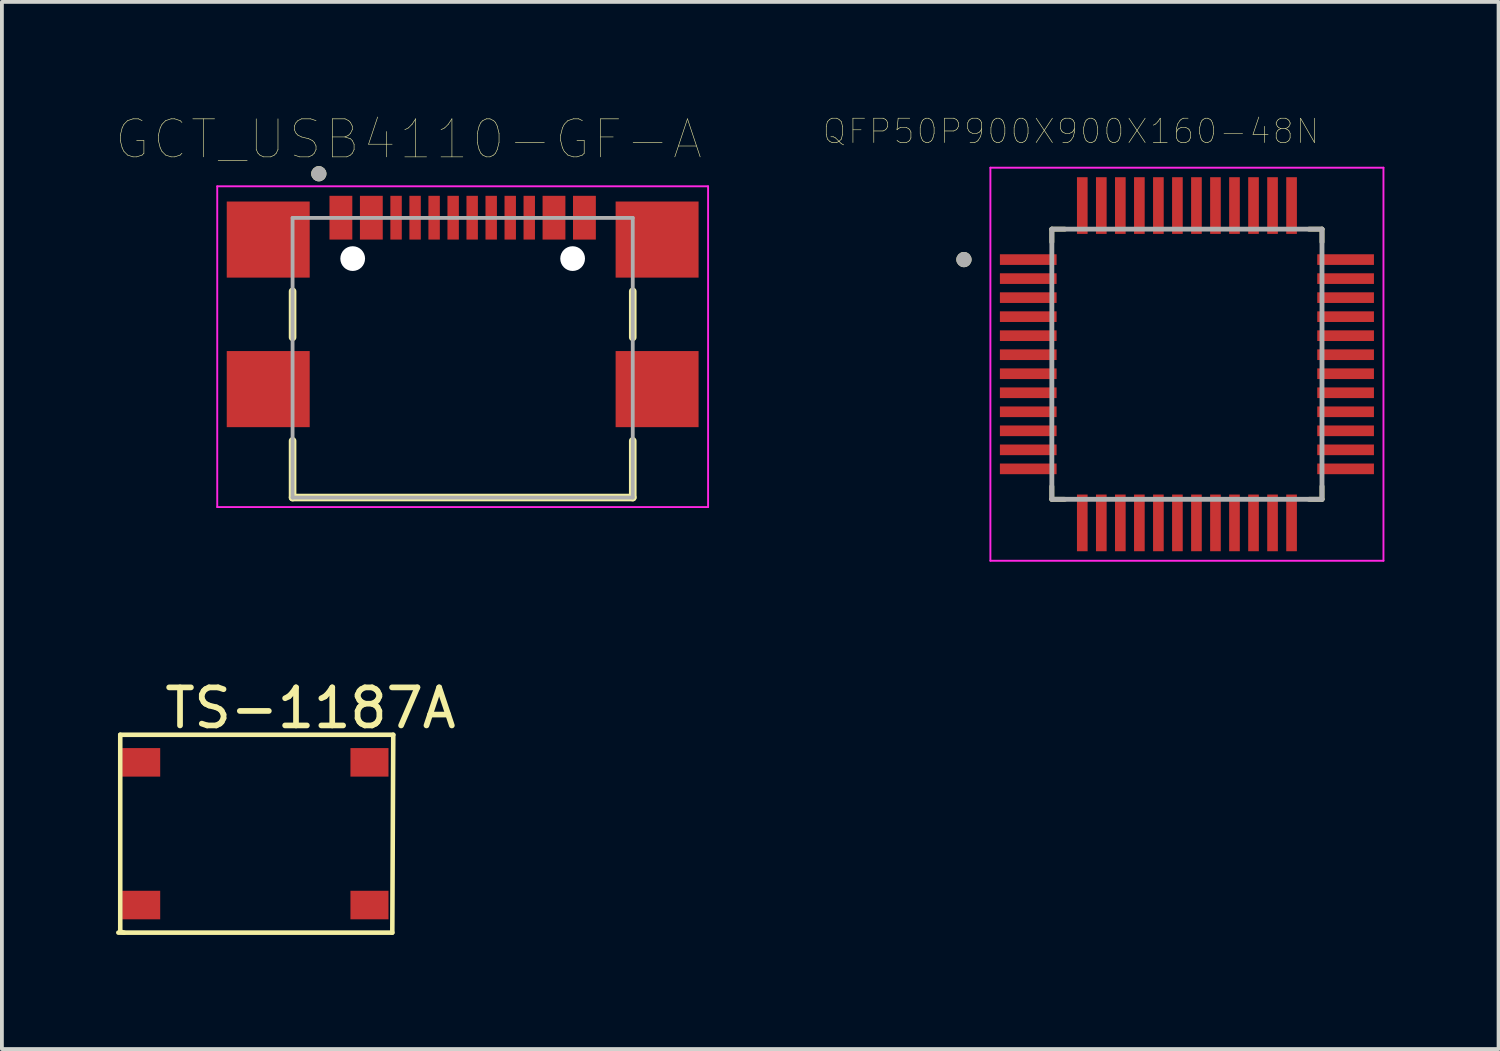
<source format=kicad_pcb>
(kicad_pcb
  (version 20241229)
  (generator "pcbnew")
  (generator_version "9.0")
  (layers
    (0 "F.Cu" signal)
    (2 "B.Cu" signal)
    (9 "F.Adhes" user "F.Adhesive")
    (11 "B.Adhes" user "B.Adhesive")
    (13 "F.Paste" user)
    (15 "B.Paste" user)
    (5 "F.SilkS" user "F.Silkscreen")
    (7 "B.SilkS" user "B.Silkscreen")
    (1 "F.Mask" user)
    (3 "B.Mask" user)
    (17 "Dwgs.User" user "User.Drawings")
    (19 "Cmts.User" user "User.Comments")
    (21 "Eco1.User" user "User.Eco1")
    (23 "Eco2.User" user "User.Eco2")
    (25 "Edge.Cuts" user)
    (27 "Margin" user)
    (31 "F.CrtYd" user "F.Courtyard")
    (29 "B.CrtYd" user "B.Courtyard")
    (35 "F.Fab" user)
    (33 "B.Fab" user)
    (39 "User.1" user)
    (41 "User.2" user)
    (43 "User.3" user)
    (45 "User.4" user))
  (footprint "QFP50P900X900X160-48N"
    (layer "F.Cu")
    (at 28.143 6.522)
    (property "Reference" "QFP50P900X900X160-48N" (at -3.048 -6.121 0) (layer "F.SilkS") (effects (font (size 0.64 0.64) (thickness 0.015))))
    (attr through_hole)
    (fp_line (start -3.55 -3.55) (end -3.55 -3.21) (stroke (width 0.127) (type solid)) (layer "F.SilkS"))
    (fp_line (start -3.55 -3.55) (end -3.21 -3.55) (stroke (width 0.127) (type solid)) (layer "F.SilkS"))
    (fp_line (start -3.55 3.55) (end -3.55 3.21) (stroke (width 0.127) (type solid)) (layer "F.SilkS"))
    (fp_line (start -3.55 3.55) (end -3.21 3.55) (stroke (width 0.127) (type solid)) (layer "F.SilkS"))
    (fp_line (start 3.55 -3.55) (end 3.21 -3.55) (stroke (width 0.127) (type solid)) (layer "F.SilkS"))
    (fp_line (start 3.55 -3.55) (end 3.55 -3.21) (stroke (width 0.127) (type solid)) (layer "F.SilkS"))
    (fp_line (start 3.55 3.55) (end 3.21 3.55) (stroke (width 0.127) (type solid)) (layer "F.SilkS"))
    (fp_line (start 3.55 3.55) (end 3.55 3.21) (stroke (width 0.127) (type solid)) (layer "F.SilkS"))
    (fp_circle (center -5.86 -2.75) (end -5.76 -2.75) (stroke (width 0.2) (type solid)) (fill no) (layer "F.SilkS"))
    (fp_line (start -5.165 -5.165) (end 5.165 -5.165) (stroke (width 0.05) (type solid)) (layer "F.CrtYd"))
    (fp_line (start -5.165 5.165) (end -5.165 -5.165) (stroke (width 0.05) (type solid)) (layer "F.CrtYd"))
    (fp_line (start -5.165 5.165) (end 5.165 5.165) (stroke (width 0.05) (type solid)) (layer "F.CrtYd"))
    (fp_line (start 5.165 5.165) (end 5.165 -5.165) (stroke (width 0.05) (type solid)) (layer "F.CrtYd"))
    (fp_line (start -3.55 3.55) (end -3.55 -3.55) (stroke (width 0.127) (type solid)) (layer "F.Fab"))
    (fp_line (start 3.55 -3.55) (end -3.55 -3.55) (stroke (width 0.127) (type solid)) (layer "F.Fab"))
    (fp_line (start 3.55 3.55) (end -3.55 3.55) (stroke (width 0.127) (type solid)) (layer "F.Fab"))
    (fp_line (start 3.55 3.55) (end 3.55 -3.55) (stroke (width 0.127) (type solid)) (layer "F.Fab"))
    (fp_circle (center -5.86 -2.75) (end -5.76 -2.75) (stroke (width 0.2) (type solid)) (fill no) (layer "F.Fab"))
    (pad "1" smd rect (at -4.17 -2.75) (size 1.49 0.28) (layers "F.Cu" "F.Mask" "F.Paste"))
    (pad "2" smd rect (at -4.17 -2.25) (size 1.49 0.28) (layers "F.Cu" "F.Mask" "F.Paste"))
    (pad "3" smd rect (at -4.17 -1.75) (size 1.49 0.28) (layers "F.Cu" "F.Mask" "F.Paste"))
    (pad "4" smd rect (at -4.17 -1.25) (size 1.49 0.28) (layers "F.Cu" "F.Mask" "F.Paste"))
    (pad "5" smd rect (at -4.17 -0.75) (size 1.49 0.28) (layers "F.Cu" "F.Mask" "F.Paste"))
    (pad "6" smd rect (at -4.17 -0.25) (size 1.49 0.28) (layers "F.Cu" "F.Mask" "F.Paste"))
    (pad "7" smd rect (at -4.17 0.25) (size 1.49 0.28) (layers "F.Cu" "F.Mask" "F.Paste"))
    (pad "8" smd rect (at -4.17 0.75) (size 1.49 0.28) (layers "F.Cu" "F.Mask" "F.Paste"))
    (pad "9" smd rect (at -4.17 1.25) (size 1.49 0.28) (layers "F.Cu" "F.Mask" "F.Paste"))
    (pad "10" smd rect (at -4.17 1.75) (size 1.49 0.28) (layers "F.Cu" "F.Mask" "F.Paste"))
    (pad "11" smd rect (at -4.17 2.25) (size 1.49 0.28) (layers "F.Cu" "F.Mask" "F.Paste"))
    (pad "12" smd rect (at -4.17 2.75) (size 1.49 0.28) (layers "F.Cu" "F.Mask" "F.Paste"))
    (pad "13" smd rect (at -2.75 4.17) (size 0.28 1.49) (layers "F.Cu" "F.Mask" "F.Paste"))
    (pad "14" smd rect (at -2.25 4.17) (size 0.28 1.49) (layers "F.Cu" "F.Mask" "F.Paste"))
    (pad "15" smd rect (at -1.75 4.17) (size 0.28 1.49) (layers "F.Cu" "F.Mask" "F.Paste"))
    (pad "16" smd rect (at -1.25 4.17) (size 0.28 1.49) (layers "F.Cu" "F.Mask" "F.Paste"))
    (pad "17" smd rect (at -0.75 4.17) (size 0.28 1.49) (layers "F.Cu" "F.Mask" "F.Paste"))
    (pad "18" smd rect (at -0.25 4.17) (size 0.28 1.49) (layers "F.Cu" "F.Mask" "F.Paste"))
    (pad "19" smd rect (at 0.25 4.17) (size 0.28 1.49) (layers "F.Cu" "F.Mask" "F.Paste"))
    (pad "20" smd rect (at 0.75 4.17) (size 0.28 1.49) (layers "F.Cu" "F.Mask" "F.Paste"))
    (pad "21" smd rect (at 1.25 4.17) (size 0.28 1.49) (layers "F.Cu" "F.Mask" "F.Paste"))
    (pad "22" smd rect (at 1.75 4.17) (size 0.28 1.49) (layers "F.Cu" "F.Mask" "F.Paste"))
    (pad "23" smd rect (at 2.25 4.17) (size 0.28 1.49) (layers "F.Cu" "F.Mask" "F.Paste"))
    (pad "24" smd rect (at 2.75 4.17) (size 0.28 1.49) (layers "F.Cu" "F.Mask" "F.Paste"))
    (pad "25" smd rect (at 4.17 2.75) (size 1.49 0.28) (layers "F.Cu" "F.Mask" "F.Paste"))
    (pad "26" smd rect (at 4.17 2.25) (size 1.49 0.28) (layers "F.Cu" "F.Mask" "F.Paste"))
    (pad "27" smd rect (at 4.17 1.75) (size 1.49 0.28) (layers "F.Cu" "F.Mask" "F.Paste"))
    (pad "28" smd rect (at 4.17 1.25) (size 1.49 0.28) (layers "F.Cu" "F.Mask" "F.Paste"))
    (pad "29" smd rect (at 4.17 0.75) (size 1.49 0.28) (layers "F.Cu" "F.Mask" "F.Paste"))
    (pad "30" smd rect (at 4.17 0.25) (size 1.49 0.28) (layers "F.Cu" "F.Mask" "F.Paste"))
    (pad "31" smd rect (at 4.17 -0.25) (size 1.49 0.28) (layers "F.Cu" "F.Mask" "F.Paste"))
    (pad "32" smd rect (at 4.17 -0.75) (size 1.49 0.28) (layers "F.Cu" "F.Mask" "F.Paste"))
    (pad "33" smd rect (at 4.17 -1.25) (size 1.49 0.28) (layers "F.Cu" "F.Mask" "F.Paste"))
    (pad "34" smd rect (at 4.17 -1.75) (size 1.49 0.28) (layers "F.Cu" "F.Mask" "F.Paste"))
    (pad "35" smd rect (at 4.17 -2.25) (size 1.49 0.28) (layers "F.Cu" "F.Mask" "F.Paste"))
    (pad "36" smd rect (at 4.17 -2.75) (size 1.49 0.28) (layers "F.Cu" "F.Mask" "F.Paste"))
    (pad "37" smd rect (at 2.75 -4.17) (size 0.28 1.49) (layers "F.Cu" "F.Mask" "F.Paste"))
    (pad "38" smd rect (at 2.25 -4.17) (size 0.28 1.49) (layers "F.Cu" "F.Mask" "F.Paste"))
    (pad "39" smd rect (at 1.75 -4.17) (size 0.28 1.49) (layers "F.Cu" "F.Mask" "F.Paste"))
    (pad "40" smd rect (at 1.25 -4.17) (size 0.28 1.49) (layers "F.Cu" "F.Mask" "F.Paste"))
    (pad "41" smd rect (at 0.75 -4.17) (size 0.28 1.49) (layers "F.Cu" "F.Mask" "F.Paste"))
    (pad "42" smd rect (at 0.25 -4.17) (size 0.28 1.49) (layers "F.Cu" "F.Mask" "F.Paste"))
    (pad "43" smd rect (at -0.25 -4.17) (size 0.28 1.49) (layers "F.Cu" "F.Mask" "F.Paste"))
    (pad "44" smd rect (at -0.75 -4.17) (size 0.28 1.49) (layers "F.Cu" "F.Mask" "F.Paste"))
    (pad "45" smd rect (at -1.25 -4.17) (size 0.28 1.49) (layers "F.Cu" "F.Mask" "F.Paste"))
    (pad "46" smd rect (at -1.75 -4.17) (size 0.28 1.49) (layers "F.Cu" "F.Mask" "F.Paste"))
    (pad "47" smd rect (at -2.25 -4.17) (size 0.28 1.49) (layers "F.Cu" "F.Mask" "F.Paste"))
    (pad "48" smd rect (at -2.75 -4.17) (size 0.28 1.49) (layers "F.Cu" "F.Mask" "F.Paste")))
  (footprint "GCT_USB4110-GF-A"
    (layer "F.Cu")
    (at 9.109 3.746)
    (property "Reference" "GCT_USB4110-GF-A" (at -1.425 -3.135 0) (layer "F.SilkS") (effects (font (size 1 1) (thickness 0.015))))
    (attr through_hole)
    (fp_line (start -4.47 0.86) (end -4.47 2.07) (stroke (width 0.2) (type solid)) (layer "F.SilkS"))
    (fp_line (start -4.47 4.79) (end -4.47 6.28) (stroke (width 0.2) (type solid)) (layer "F.SilkS"))
    (fp_line (start -4.47 6.28) (end 4.47 6.28) (stroke (width 0.2) (type solid)) (layer "F.SilkS"))
    (fp_line (start 4.47 0.86) (end 4.47 2.07) (stroke (width 0.2) (type solid)) (layer "F.SilkS"))
    (fp_line (start 4.47 6.28) (end 4.47 4.79) (stroke (width 0.2) (type solid)) (layer "F.SilkS"))
    (fp_circle (center -3.78 -2.23) (end -3.68 -2.23) (stroke (width 0.2) (type solid)) (fill no) (layer "F.SilkS"))
    (fp_line (start -6.45 -1.9) (end 6.45 -1.9) (stroke (width 0.05) (type solid)) (layer "F.CrtYd"))
    (fp_line (start -6.45 6.53) (end -6.45 -1.9) (stroke (width 0.05) (type solid)) (layer "F.CrtYd"))
    (fp_line (start 6.45 -1.9) (end 6.45 6.53) (stroke (width 0.05) (type solid)) (layer "F.CrtYd"))
    (fp_line (start 6.45 6.53) (end -6.45 6.53) (stroke (width 0.05) (type solid)) (layer "F.CrtYd"))
    (fp_line (start -4.47 -1.07) (end -4.47 6.28) (stroke (width 0.1) (type solid)) (layer "F.Fab"))
    (fp_line (start -4.47 6.28) (end 4.47 6.28) (stroke (width 0.1) (type solid)) (layer "F.Fab"))
    (fp_line (start 4.47 -1.07) (end -4.47 -1.07) (stroke (width 0.1) (type solid)) (layer "F.Fab"))
    (fp_line (start 4.47 6.28) (end 4.47 -1.07) (stroke (width 0.1) (type solid)) (layer "F.Fab"))
    (fp_circle (center -3.78 -2.23) (end -3.68 -2.23) (stroke (width 0.2) (type solid)) (fill no) (layer "F.Fab"))
    (pad "" np_thru_hole circle (at -2.89 0) (size 0.65 0.65) (drill 0.65) (layers "*.Cu" "*.Mask"))
    (pad "" np_thru_hole circle (at 2.89 0) (size 0.65 0.65) (drill 0.65) (layers "*.Cu" "*.Mask"))
    (pad "A1/B12" smd rect (at -3.2 -1.075) (size 0.6 1.15) (layers "F.Cu" "F.Mask" "F.Paste"))
    (pad "A4/B9" smd rect (at -2.4 -1.075) (size 0.6 1.15) (layers "F.Cu" "F.Mask" "F.Paste"))
    (pad "A5" smd rect (at -1.25 -1.075) (size 0.3 1.15) (layers "F.Cu" "F.Mask" "F.Paste"))
    (pad "A6" smd rect (at -0.25 -1.075) (size 0.3 1.15) (layers "F.Cu" "F.Mask" "F.Paste"))
    (pad "A7" smd rect (at 0.25 -1.075) (size 0.3 1.15) (layers "F.Cu" "F.Mask" "F.Paste"))
    (pad "A8" smd rect (at 1.25 -1.075) (size 0.3 1.15) (layers "F.Cu" "F.Mask" "F.Paste"))
    (pad "B1/A12" smd rect (at 3.2 -1.075) (size 0.6 1.15) (layers "F.Cu" "F.Mask" "F.Paste"))
    (pad "B4/A9" smd rect (at 2.4 -1.075) (size 0.6 1.15) (layers "F.Cu" "F.Mask" "F.Paste"))
    (pad "B5" smd rect (at 1.75 -1.075) (size 0.3 1.15) (layers "F.Cu" "F.Mask" "F.Paste"))
    (pad "B6" smd rect (at 0.75 -1.075) (size 0.3 1.15) (layers "F.Cu" "F.Mask" "F.Paste"))
    (pad "B7" smd rect (at -0.75 -1.075) (size 0.3 1.15) (layers "F.Cu" "F.Mask" "F.Paste"))
    (pad "B8" smd rect (at -1.75 -1.075) (size 0.3 1.15) (layers "F.Cu" "F.Mask" "F.Paste"))
    (pad "S1" smd rect (at -5.11 -0.5) (size 2.18 2) (layers "F.Cu" "F.Mask" "F.Paste"))
    (pad "S2" smd rect (at 5.11 -0.5) (size 2.18 2) (layers "F.Cu" "F.Mask" "F.Paste"))
    (pad "S3" smd rect (at -5.11 3.43) (size 2.18 2) (layers "F.Cu" "F.Mask" "F.Paste"))
    (pad "S4" smd rect (at 5.11 3.43) (size 2.18 2) (layers "F.Cu" "F.Mask" "F.Paste")))
  (footprint "TS-1187A"
    (layer "F.Cu")
    (at 3.66 18.86)
    (property "Reference" "TS-1187A" (at 1.45 -3.3 0) (layer "F.SilkS") (effects (font (size 1 1) (thickness 0.15))))
    (attr smd)
    (fp_line (start -3.55 -2.6) (end -3.55 2.575) (stroke (width 0.12) (type solid)) (layer "F.SilkS"))
    (fp_line (start -3.55 -2.6) (end 3.625 -2.6) (stroke (width 0.12) (type solid)) (layer "F.SilkS"))
    (fp_line (start -3.55 2.575) (end -3.45 2.6) (stroke (width 0.12) (type solid)) (layer "F.SilkS"))
    (fp_line (start 3.6 2.6) (end -3.6 2.6) (stroke (width 0.12) (type solid)) (layer "F.SilkS"))
    (fp_line (start 3.625 -2.6) (end 3.6 2.6) (stroke (width 0.12) (type solid)) (layer "F.SilkS"))
    (pad "1" smd rect (at -3 -1.875) (size 1 0.75) (layers "F.Cu" "F.Mask" "F.Paste"))
    (pad "1" smd rect (at 3 -1.875) (size 1 0.75) (layers "F.Cu" "F.Mask" "F.Paste"))
    (pad "2" smd rect (at -3 1.875) (size 1 0.75) (layers "F.Cu" "F.Mask" "F.Paste"))
    (pad "2" smd rect (at 3 1.875) (size 1 0.75) (layers "F.Cu" "F.Mask" "F.Paste")))
  (gr_rect
    (start -3 -3)
    (end 36.333 24.52)
    (stroke (width 0.1) (type default))
    (fill no)
    (layer "Edge.Cuts")))
</source>
